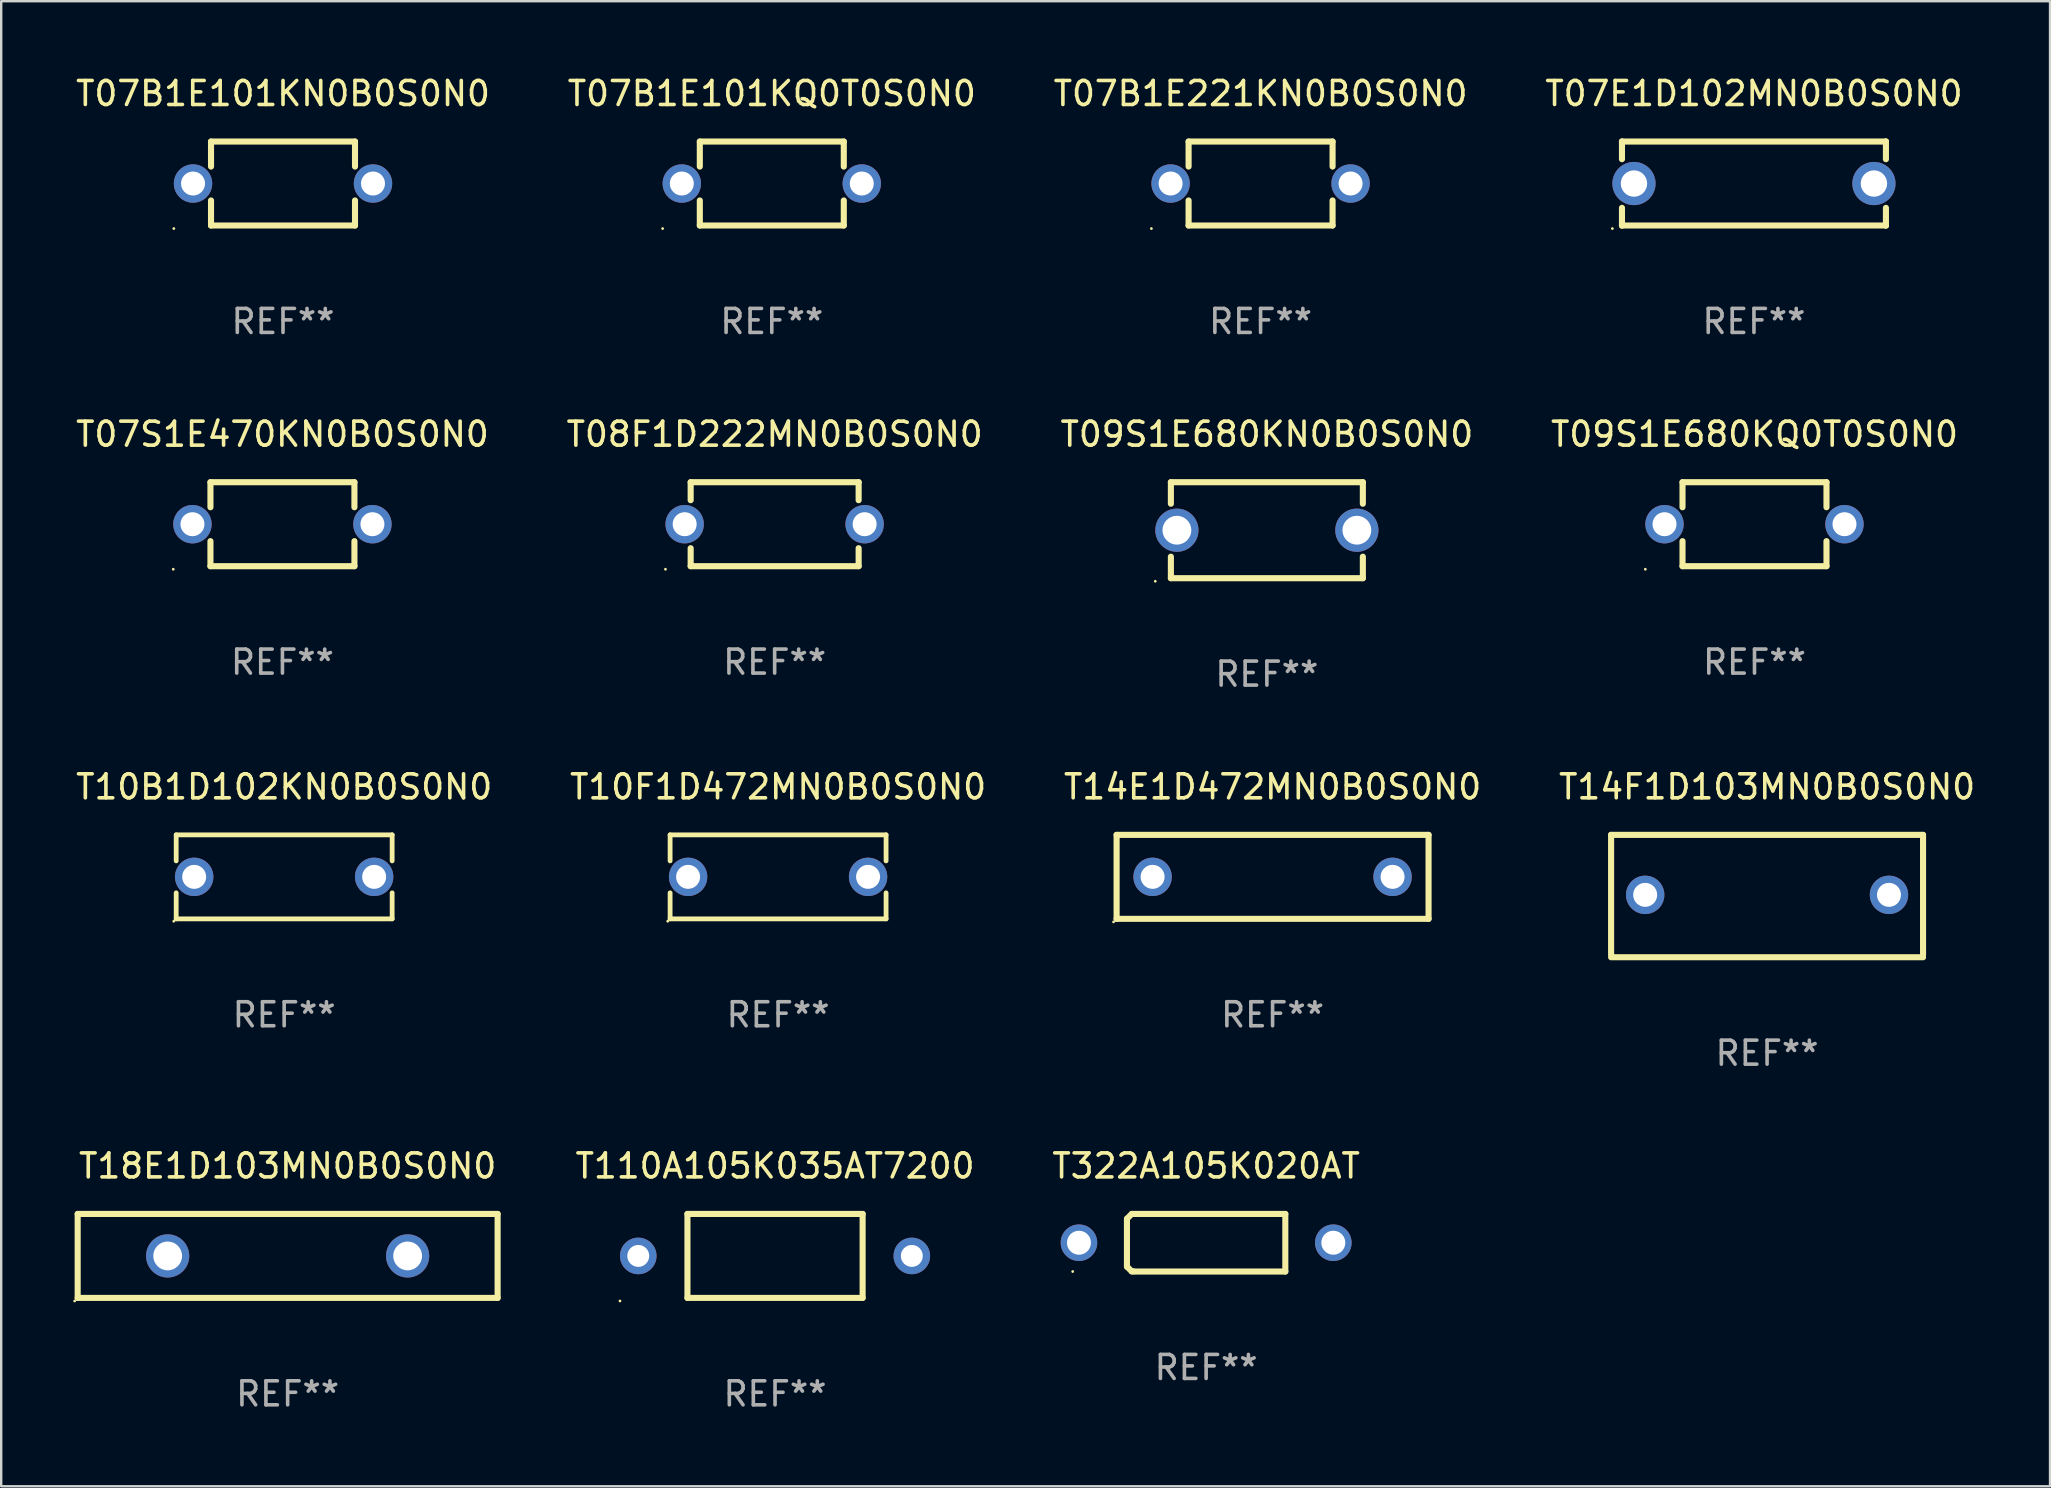
<source format=kicad_pcb>
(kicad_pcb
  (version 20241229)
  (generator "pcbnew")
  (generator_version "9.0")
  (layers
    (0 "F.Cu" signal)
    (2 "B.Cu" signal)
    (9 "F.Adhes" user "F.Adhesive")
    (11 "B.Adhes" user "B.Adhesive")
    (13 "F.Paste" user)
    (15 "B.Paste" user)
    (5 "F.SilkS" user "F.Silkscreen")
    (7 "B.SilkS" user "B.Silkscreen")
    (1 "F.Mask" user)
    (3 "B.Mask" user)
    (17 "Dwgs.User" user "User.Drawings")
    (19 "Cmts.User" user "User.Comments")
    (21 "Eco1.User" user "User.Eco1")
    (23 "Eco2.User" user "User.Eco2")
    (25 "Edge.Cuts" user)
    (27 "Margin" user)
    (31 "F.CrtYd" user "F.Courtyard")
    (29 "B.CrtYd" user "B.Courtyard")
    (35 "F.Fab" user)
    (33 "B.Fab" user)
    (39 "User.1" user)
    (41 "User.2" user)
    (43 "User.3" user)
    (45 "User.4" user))
  (footprint "T110A105K035AT7200"
    (layer "F.Cu")
    (at 29.248 49.288)
    (property "Reference" "T110A105K035AT7200" (at 0 -3.75 0) (layer "F.SilkS") (effects (font (size 1 1) (thickness 0.15))))
    (attr through_hole)
    (fp_line (start -3.65 -1.75) (end -3.65 1.75) (stroke (width 0.254) (type solid)) (layer "F.SilkS"))
    (fp_line (start -3.65 -1.75) (end 3.65 -1.75) (stroke (width 0.254) (type solid)) (layer "F.SilkS"))
    (fp_line (start -3.65 1.75) (end 3.65 1.75) (stroke (width 0.254) (type solid)) (layer "F.SilkS"))
    (fp_line (start 3.65 -1.75) (end 3.65 1.75) (stroke (width 0.254) (type solid)) (layer "F.SilkS"))
    (fp_circle (center -6.462 1.877) (end -6.432 1.877) (stroke (width 0.06) (type solid)) (fill no) (layer "F.SilkS"))
    (fp_text user "+" (at -3.302 0.889 0) (layer "B.Mask") (effects (font (size 1 1) (thickness 0.15))))
    (fp_text user "REF**" (at 0 5.75 0) (layer "F.Fab") (effects (font (size 1 1) (thickness 0.15))))
    (pad "1" thru_hole circle (at -5.7 0.000279) (size 1.524 1.524) (drill 0.914) (layers "*.Cu" "*.Mask"))
    (pad "2" thru_hole circle (at 5.7 0.000279) (size 1.524 1.524) (drill 0.914) (layers "*.Cu" "*.Mask")))
  (footprint "T07B1E101KQ0T0S0N0"
    (layer "F.Cu")
    (at 29.113 4.598)
    (property "Reference" "T07B1E101KQ0T0S0N0" (at 0 -3.75 0) (layer "F.SilkS") (effects (font (size 1 1) (thickness 0.15))))
    (attr through_hole)
    (fp_line (start -3 -1.75) (end -3 -0.706) (stroke (width 0.254) (type solid)) (layer "F.SilkS"))
    (fp_line (start -3 -1.75) (end 3 -1.75) (stroke (width 0.254) (type solid)) (layer "F.SilkS"))
    (fp_line (start -3 0.706) (end -3 1.75) (stroke (width 0.254) (type solid)) (layer "F.SilkS"))
    (fp_line (start 3 -1.75) (end 3 -0.706) (stroke (width 0.254) (type solid)) (layer "F.SilkS"))
    (fp_line (start 3 0.706) (end 3 1.75) (stroke (width 0.254) (type solid)) (layer "F.SilkS"))
    (fp_line (start 3 1.75) (end -3 1.75) (stroke (width 0.254) (type solid)) (layer "F.SilkS"))
    (fp_circle (center -4.55 1.877) (end -4.52 1.877) (stroke (width 0.06) (type solid)) (fill no) (layer "F.SilkS"))
    (fp_text user "REF**" (at 0 5.75 0) (layer "F.Fab") (effects (font (size 1 1) (thickness 0.15))))
    (pad "1" thru_hole circle (at -3.75 -0.000025) (size 1.6 1.6) (drill 1) (layers "*.Cu" "*.Mask"))
    (pad "2" thru_hole circle (at 3.75 -0.000025) (size 1.6 1.6) (drill 1) (layers "*.Cu" "*.Mask")))
  (footprint "T08F1D222MN0B0S0N0"
    (layer "F.Cu")
    (at 29.232 18.795)
    (property "Reference" "T08F1D222MN0B0S0N0" (at 0 -3.75 0) (layer "F.SilkS") (effects (font (size 1 1) (thickness 0.15))))
    (attr through_hole)
    (fp_line (start -3.5 -1.75) (end -3.5 -1) (stroke (width 0.254) (type solid)) (layer "F.SilkS"))
    (fp_line (start -3.5 -1.75) (end 3.5 -1.75) (stroke (width 0.254) (type solid)) (layer "F.SilkS"))
    (fp_line (start -3.5 1) (end -3.5 1.75) (stroke (width 0.254) (type solid)) (layer "F.SilkS"))
    (fp_line (start 3.5 -1.75) (end 3.5 -1) (stroke (width 0.254) (type solid)) (layer "F.SilkS"))
    (fp_line (start 3.5 1) (end 3.5 1.75) (stroke (width 0.254) (type solid)) (layer "F.SilkS"))
    (fp_line (start 3.5 1.75) (end -3.5 1.75) (stroke (width 0.254) (type solid)) (layer "F.SilkS"))
    (fp_circle (center -4.55 1.877) (end -4.52 1.877) (stroke (width 0.06) (type solid)) (fill no) (layer "F.SilkS"))
    (fp_text user "REF**" (at 0 5.75 0) (layer "F.Fab") (effects (font (size 1 1) (thickness 0.15))))
    (pad "1" thru_hole circle (at -3.75 -0.000038) (size 1.6 1.6) (drill 1) (layers "*.Cu" "*.Mask"))
    (pad "2" thru_hole circle (at 3.75 -0.000038) (size 1.6 1.6) (drill 1) (layers "*.Cu" "*.Mask")))
  (footprint "T07S1E470KN0B0S0N0"
    (layer "F.Cu")
    (at 8.72 18.795)
    (property "Reference" "T07S1E470KN0B0S0N0" (at 0 -3.75 0) (layer "F.SilkS") (effects (font (size 1 1) (thickness 0.15))))
    (attr through_hole)
    (fp_line (start -3 -1.75) (end -3 -0.706) (stroke (width 0.254) (type solid)) (layer "F.SilkS"))
    (fp_line (start -3 -1.75) (end 3 -1.75) (stroke (width 0.254) (type solid)) (layer "F.SilkS"))
    (fp_line (start -3 0.706) (end -3 1.75) (stroke (width 0.254) (type solid)) (layer "F.SilkS"))
    (fp_line (start 3 -1.75) (end 3 -0.706) (stroke (width 0.254) (type solid)) (layer "F.SilkS"))
    (fp_line (start 3 0.706) (end 3 1.75) (stroke (width 0.254) (type solid)) (layer "F.SilkS"))
    (fp_line (start 3 1.75) (end -3 1.75) (stroke (width 0.254) (type solid)) (layer "F.SilkS"))
    (fp_circle (center -4.55 1.877) (end -4.52 1.877) (stroke (width 0.06) (type solid)) (fill no) (layer "F.SilkS"))
    (fp_text user "REF**" (at 0 5.75 0) (layer "F.Fab") (effects (font (size 1 1) (thickness 0.15))))
    (pad "1" thru_hole circle (at -3.75 -0.000025) (size 1.6 1.6) (drill 1) (layers "*.Cu" "*.Mask"))
    (pad "2" thru_hole circle (at 3.75 -0.000025) (size 1.6 1.6) (drill 1) (layers "*.Cu" "*.Mask")))
  (footprint "T07B1E101KN0B0S0N0"
    (layer "F.Cu")
    (at 8.744 4.598)
    (property "Reference" "T07B1E101KN0B0S0N0" (at 0 -3.75 0) (layer "F.SilkS") (effects (font (size 1 1) (thickness 0.15))))
    (attr through_hole)
    (fp_line (start -3 -1.75) (end -3 -0.706) (stroke (width 0.254) (type solid)) (layer "F.SilkS"))
    (fp_line (start -3 -1.75) (end 3 -1.75) (stroke (width 0.254) (type solid)) (layer "F.SilkS"))
    (fp_line (start -3 0.706) (end -3 1.75) (stroke (width 0.254) (type solid)) (layer "F.SilkS"))
    (fp_line (start 3 -1.75) (end 3 -0.706) (stroke (width 0.254) (type solid)) (layer "F.SilkS"))
    (fp_line (start 3 0.706) (end 3 1.75) (stroke (width 0.254) (type solid)) (layer "F.SilkS"))
    (fp_line (start 3 1.75) (end -3 1.75) (stroke (width 0.254) (type solid)) (layer "F.SilkS"))
    (fp_circle (center -4.55 1.877) (end -4.52 1.877) (stroke (width 0.06) (type solid)) (fill no) (layer "F.SilkS"))
    (fp_text user "REF**" (at 0 5.75 0) (layer "F.Fab") (effects (font (size 1 1) (thickness 0.15))))
    (pad "1" thru_hole circle (at -3.75 -0.000025) (size 1.6 1.6) (drill 1) (layers "*.Cu" "*.Mask"))
    (pad "2" thru_hole circle (at 3.75 -0.000025) (size 1.6 1.6) (drill 1) (layers "*.Cu" "*.Mask")))
  (footprint "T14F1D103MN0B0S0N0"
    (layer "F.Cu")
    (at 70.589 34.291)
    (property "Reference" "T14F1D103MN0B0S0N0" (at 0 -4.55 0) (layer "F.SilkS") (effects (font (size 1 1) (thickness 0.15))))
    (attr through_hole)
    (fp_line (start -6.5 -2.55) (end 6.5 -2.55) (stroke (width 0.254) (type solid)) (layer "F.SilkS"))
    (fp_line (start -6.5 2.45) (end -6.5 -2.55) (stroke (width 0.254) (type solid)) (layer "F.SilkS"))
    (fp_line (start 6.5 -2.55) (end 6.5 2.45) (stroke (width 0.254) (type solid)) (layer "F.SilkS"))
    (fp_line (start 6.5 2.55) (end -6.5 2.55) (stroke (width 0.254) (type solid)) (layer "F.SilkS"))
    (fp_circle (center -6.5 2.45) (end -6.47 2.45) (stroke (width 0.06) (type solid)) (fill no) (layer "F.SilkS"))
    (fp_text user "REF**" (at 0 6.55 0) (layer "F.Fab") (effects (font (size 1 1) (thickness 0.15))))
    (pad "1" thru_hole circle (at -5.08 -0.05) (size 1.6 1.6) (drill 1) (layers "*.Cu" "*.Mask"))
    (pad "2" thru_hole circle (at 5.08 -0.05) (size 1.6 1.6) (drill 1) (layers "*.Cu" "*.Mask")))
  (footprint "T09S1E680KN0B0S0N0"
    (layer "F.Cu")
    (at 49.744 19.045)
    (property "Reference" "T09S1E680KN0B0S0N0" (at 0 -4 0) (layer "F.SilkS") (effects (font (size 1 1) (thickness 0.15))))
    (attr through_hole)
    (fp_line (start -4 -2) (end -4 -1.103) (stroke (width 0.254) (type solid)) (layer "F.SilkS"))
    (fp_line (start -4 -2) (end 4 -2) (stroke (width 0.254) (type solid)) (layer "F.SilkS"))
    (fp_line (start -4 1.103) (end -4 2) (stroke (width 0.254) (type solid)) (layer "F.SilkS"))
    (fp_line (start 4 -2) (end 4 -1.103) (stroke (width 0.254) (type solid)) (layer "F.SilkS"))
    (fp_line (start 4 1.103) (end 4 2) (stroke (width 0.254) (type solid)) (layer "F.SilkS"))
    (fp_line (start 4 2) (end -4 2) (stroke (width 0.254) (type solid)) (layer "F.SilkS"))
    (fp_circle (center -4.65 2.127) (end -4.62 2.127) (stroke (width 0.06) (type solid)) (fill no) (layer "F.SilkS"))
    (fp_text user "REF**" (at 0 6 0) (layer "F.Fab") (effects (font (size 1 1) (thickness 0.15))))
    (pad "1" thru_hole circle (at -3.75 0) (size 1.8 1.8) (drill 1.2) (layers "*.Cu" "*.Mask"))
    (pad "2" thru_hole circle (at 3.75 0) (size 1.8 1.8) (drill 1.2) (layers "*.Cu" "*.Mask")))
  (footprint "T18E1D103MN0B0S0N0"
    (layer "F.Cu")
    (at 8.937 49.288)
    (property "Reference" "T18E1D103MN0B0S0N0" (at 0 -3.75 0) (layer "F.SilkS") (effects (font (size 1 1) (thickness 0.15))))
    (attr through_hole)
    (fp_line (start -8.75 -1.75) (end -8.75 1.75) (stroke (width 0.254) (type solid)) (layer "F.SilkS"))
    (fp_line (start -8.75 -1.75) (end 8.75 -1.75) (stroke (width 0.254) (type solid)) (layer "F.SilkS"))
    (fp_line (start -8.75 1.75) (end 8.75 1.75) (stroke (width 0.254) (type solid)) (layer "F.SilkS"))
    (fp_line (start 8.75 -1.75) (end 8.75 1.75) (stroke (width 0.254) (type solid)) (layer "F.SilkS"))
    (fp_circle (center -8.877 1.877) (end -8.847 1.877) (stroke (width 0.06) (type solid)) (fill no) (layer "F.SilkS"))
    (fp_text user "REF**" (at 0 5.75 0) (layer "F.Fab") (effects (font (size 1 1) (thickness 0.15))))
    (pad "1" thru_hole circle (at -5 0.000013) (size 1.8 1.8) (drill 1.2) (layers "*.Cu" "*.Mask"))
    (pad "2" thru_hole circle (at 5 0.000013) (size 1.8 1.8) (drill 1.2) (layers "*.Cu" "*.Mask")))
  (footprint "T14E1D472MN0B0S0N0"
    (layer "F.Cu")
    (at 49.982 33.491)
    (property "Reference" "T14E1D472MN0B0S0N0" (at 0 -3.75 0) (layer "F.SilkS") (effects (font (size 1 1) (thickness 0.15))))
    (attr through_hole)
    (fp_line (start -6.5 -1.75) (end 6.5 -1.75) (stroke (width 0.254) (type solid)) (layer "F.SilkS"))
    (fp_line (start -6.5 1.75) (end -6.5 -1.75) (stroke (width 0.254) (type solid)) (layer "F.SilkS"))
    (fp_line (start 6.5 -1.75) (end 6.5 1.75) (stroke (width 0.254) (type solid)) (layer "F.SilkS"))
    (fp_line (start 6.5 1.75) (end -6.5 1.75) (stroke (width 0.254) (type solid)) (layer "F.SilkS"))
    (fp_circle (center -6.627 1.877) (end -6.597 1.877) (stroke (width 0.06) (type solid)) (fill no) (layer "F.SilkS"))
    (fp_text user "REF**" (at 0 5.75 0) (layer "F.Fab") (effects (font (size 1 1) (thickness 0.15))))
    (pad "1" thru_hole circle (at -5 0) (size 1.6 1.6) (drill 1) (layers "*.Cu" "*.Mask"))
    (pad "2" thru_hole circle (at 5 0) (size 1.6 1.6) (drill 1) (layers "*.Cu" "*.Mask")))
  (footprint "T322A105K020AT"
    (layer "F.Cu")
    (at 47.213 48.738)
    (property "Reference" "T322A105K020AT" (at 0 -3.2 0) (layer "F.SilkS") (effects (font (size 1 1) (thickness 0.15))))
    (attr through_hole)
    (fp_line (start -3.3 1) (end -3.3 -1) (stroke (width 0.254) (type solid)) (layer "F.SilkS"))
    (fp_line (start -3.1 1.195) (end -3.29 1.005) (stroke (width 0.254) (type solid)) (layer "F.SilkS"))
    (fp_line (start -3.1 -1.2) (end -3.29 -1.01) (stroke (width 0.254) (type solid)) (layer "F.SilkS"))
    (fp_line (start -3.03 1.195) (end -3.1 1.195) (stroke (width 0.254) (type solid)) (layer "F.SilkS"))
    (fp_line (start -3.03 -1.2) (end -3.1 -1.2) (stroke (width 0.254) (type solid)) (layer "F.SilkS"))
    (fp_line (start -3 -1.2) (end 3.3 -1.2) (stroke (width 0.254) (type solid)) (layer "F.SilkS"))
    (fp_line (start 3.3 -1.2) (end 3.3 1.2) (stroke (width 0.254) (type solid)) (layer "F.SilkS"))
    (fp_line (start 3.3 1.2) (end -3 1.2) (stroke (width 0.254) (type solid)) (layer "F.SilkS"))
    (fp_circle (center -5.56 1.2) (end -5.53 1.2) (stroke (width 0.06) (type solid)) (fill no) (layer "F.SilkS"))
    (fp_text user "+" (at -2.991 -0.058 0) (layer "B.Mask") (effects (font (size 1 1) (thickness 0.15))))
    (fp_text user "REF**" (at 0 5.2 0) (layer "F.Fab") (effects (font (size 1 1) (thickness 0.15))))
    (pad "1" thru_hole circle (at -5.3 0) (size 1.524 1.524) (drill 1) (layers "*.Cu" "*.Mask"))
    (pad "2" thru_hole circle (at 5.3 0) (size 1.524 1.524) (drill 1) (layers "*.Cu" "*.Mask")))
  (footprint "T10B1D102KN0B0S0N0"
    (layer "F.Cu")
    (at 8.792 33.491)
    (property "Reference" "T10B1D102KN0B0S0N0" (at 0 -3.75 0) (layer "F.SilkS") (effects (font (size 1 1) (thickness 0.15))))
    (attr through_hole)
    (fp_line (start -4.5 -0.666) (end -4.5 -1.75) (stroke (width 0.2) (type solid)) (layer "F.SilkS"))
    (fp_line (start -4.5 1.75) (end -4.5 0.666) (stroke (width 0.2) (type solid)) (layer "F.SilkS"))
    (fp_line (start 4.5 -1.75) (end -4.5 -1.75) (stroke (width 0.2) (type solid)) (layer "F.SilkS"))
    (fp_line (start 4.5 -1.75) (end 4.5 -0.666) (stroke (width 0.2) (type solid)) (layer "F.SilkS"))
    (fp_line (start 4.5 0.666) (end 4.5 1.75) (stroke (width 0.2) (type solid)) (layer "F.SilkS"))
    (fp_line (start 4.5 1.75) (end -4.5 1.75) (stroke (width 0.2) (type solid)) (layer "F.SilkS"))
    (fp_circle (center -4.6 1.85) (end -4.57 1.85) (stroke (width 0.06) (type solid)) (fill no) (layer "F.SilkS"))
    (fp_text user "REF**" (at 0 5.75 0) (layer "F.Fab") (effects (font (size 1 1) (thickness 0.15))))
    (pad "1" thru_hole circle (at -3.75 0) (size 1.6 1.6) (drill 1) (layers "*.Cu" "*.Mask"))
    (pad "2" thru_hole circle (at 3.75 0) (size 1.6 1.6) (drill 1) (layers "*.Cu" "*.Mask")))
  (footprint "T10F1D472MN0B0S0N0"
    (layer "F.Cu")
    (at 29.375 33.491)
    (property "Reference" "T10F1D472MN0B0S0N0" (at 0 -3.75 0) (layer "F.SilkS") (effects (font (size 1 1) (thickness 0.15))))
    (attr through_hole)
    (fp_line (start -4.5 -0.666) (end -4.5 -1.75) (stroke (width 0.2) (type solid)) (layer "F.SilkS"))
    (fp_line (start -4.5 1.75) (end -4.5 0.666) (stroke (width 0.2) (type solid)) (layer "F.SilkS"))
    (fp_line (start 4.5 -1.75) (end -4.5 -1.75) (stroke (width 0.2) (type solid)) (layer "F.SilkS"))
    (fp_line (start 4.5 -1.75) (end 4.5 -0.666) (stroke (width 0.2) (type solid)) (layer "F.SilkS"))
    (fp_line (start 4.5 0.666) (end 4.5 1.75) (stroke (width 0.2) (type solid)) (layer "F.SilkS"))
    (fp_line (start 4.5 1.75) (end -4.5 1.75) (stroke (width 0.2) (type solid)) (layer "F.SilkS"))
    (fp_circle (center -4.6 1.85) (end -4.57 1.85) (stroke (width 0.06) (type solid)) (fill no) (layer "F.SilkS"))
    (fp_text user "REF**" (at 0 5.75 0) (layer "F.Fab") (effects (font (size 1 1) (thickness 0.15))))
    (pad "1" thru_hole circle (at -3.75 0) (size 1.6 1.6) (drill 1) (layers "*.Cu" "*.Mask"))
    (pad "2" thru_hole circle (at 3.75 0) (size 1.6 1.6) (drill 1) (layers "*.Cu" "*.Mask")))
  (footprint "T09S1E680KQ0T0S0N0"
    (layer "F.Cu")
    (at 70.065 18.795)
    (property "Reference" "T09S1E680KQ0T0S0N0" (at 0 -3.75 0) (layer "F.SilkS") (effects (font (size 1 1) (thickness 0.15))))
    (attr through_hole)
    (fp_line (start -3 -1.75) (end -3 -0.706) (stroke (width 0.254) (type solid)) (layer "F.SilkS"))
    (fp_line (start -3 -1.75) (end 3 -1.75) (stroke (width 0.254) (type solid)) (layer "F.SilkS"))
    (fp_line (start -3 0.706) (end -3 1.75) (stroke (width 0.254) (type solid)) (layer "F.SilkS"))
    (fp_line (start 3 -1.75) (end 3 -0.706) (stroke (width 0.254) (type solid)) (layer "F.SilkS"))
    (fp_line (start 3 0.706) (end 3 1.75) (stroke (width 0.254) (type solid)) (layer "F.SilkS"))
    (fp_line (start 3 1.75) (end -3 1.75) (stroke (width 0.254) (type solid)) (layer "F.SilkS"))
    (fp_circle (center -4.55 1.877) (end -4.52 1.877) (stroke (width 0.06) (type solid)) (fill no) (layer "F.SilkS"))
    (fp_text user "REF**" (at 0 5.75 0) (layer "F.Fab") (effects (font (size 1 1) (thickness 0.15))))
    (pad "1" thru_hole circle (at -3.75 -0.000025) (size 1.6 1.6) (drill 1) (layers "*.Cu" "*.Mask"))
    (pad "2" thru_hole circle (at 3.75 -0.000025) (size 1.6 1.6) (drill 1) (layers "*.Cu" "*.Mask")))
  (footprint "T07B1E221KN0B0S0N0"
    (layer "F.Cu")
    (at 49.482 4.598)
    (property "Reference" "T07B1E221KN0B0S0N0" (at 0 -3.75 0) (layer "F.SilkS") (effects (font (size 1 1) (thickness 0.15))))
    (attr through_hole)
    (fp_line (start -3 -1.75) (end -3 -0.706) (stroke (width 0.254) (type solid)) (layer "F.SilkS"))
    (fp_line (start -3 -1.75) (end 3 -1.75) (stroke (width 0.254) (type solid)) (layer "F.SilkS"))
    (fp_line (start -3 0.706) (end -3 1.75) (stroke (width 0.254) (type solid)) (layer "F.SilkS"))
    (fp_line (start 3 -1.75) (end 3 -0.706) (stroke (width 0.254) (type solid)) (layer "F.SilkS"))
    (fp_line (start 3 0.706) (end 3 1.75) (stroke (width 0.254) (type solid)) (layer "F.SilkS"))
    (fp_line (start 3 1.75) (end -3 1.75) (stroke (width 0.254) (type solid)) (layer "F.SilkS"))
    (fp_circle (center -4.55 1.877) (end -4.52 1.877) (stroke (width 0.06) (type solid)) (fill no) (layer "F.SilkS"))
    (fp_text user "REF**" (at 0 5.75 0) (layer "F.Fab") (effects (font (size 1 1) (thickness 0.15))))
    (pad "1" thru_hole circle (at -3.75 -0.000025) (size 1.6 1.6) (drill 1) (layers "*.Cu" "*.Mask"))
    (pad "2" thru_hole circle (at 3.75 -0.000025) (size 1.6 1.6) (drill 1) (layers "*.Cu" "*.Mask")))
  (footprint "T07E1D102MN0B0S0N0"
    (layer "F.Cu")
    (at 70.042 4.598)
    (property "Reference" "T07E1D102MN0B0S0N0" (at 0 -3.75 0) (layer "F.SilkS") (effects (font (size 1 1) (thickness 0.15))))
    (attr through_hole)
    (fp_line (start -5.5 -1.75) (end -5.5 -1.75) (stroke (width 0.254) (type solid)) (layer "F.SilkS"))
    (fp_line (start -5.5 -1.75) (end -5.5 -1.014) (stroke (width 0.254) (type solid)) (layer "F.SilkS"))
    (fp_line (start -5.5 -1.75) (end 5.5 -1.75) (stroke (width 0.254) (type solid)) (layer "F.SilkS"))
    (fp_line (start -5.5 1.014) (end -5.5 1.75) (stroke (width 0.254) (type solid)) (layer "F.SilkS"))
    (fp_line (start -5.5 1.75) (end -5.5 1.75) (stroke (width 0.254) (type solid)) (layer "F.SilkS"))
    (fp_line (start 5.5 -1.75) (end 5.5 -1.75) (stroke (width 0.254) (type solid)) (layer "F.SilkS"))
    (fp_line (start 5.5 -1.75) (end 5.5 -1.014) (stroke (width 0.254) (type solid)) (layer "F.SilkS"))
    (fp_line (start 5.5 1.014) (end 5.5 1.75) (stroke (width 0.254) (type solid)) (layer "F.SilkS"))
    (fp_line (start 5.5 1.75) (end -5.5 1.75) (stroke (width 0.254) (type solid)) (layer "F.SilkS"))
    (fp_line (start 5.5 1.75) (end 5.5 1.75) (stroke (width 0.254) (type solid)) (layer "F.SilkS"))
    (fp_circle (center -5.9 1.877) (end -5.87 1.877) (stroke (width 0.06) (type solid)) (fill no) (layer "F.SilkS"))
    (fp_text user "REF**" (at 0 5.75 0) (layer "F.Fab") (effects (font (size 1 1) (thickness 0.15))))
    (pad "1" thru_hole circle (at -5 0) (size 1.8 1.8) (drill 1.1) (layers "*.Cu" "*.Mask"))
    (pad "2" thru_hole circle (at 5 0) (size 1.8 1.8) (drill 1.1) (layers "*.Cu" "*.Mask")))
  (gr_rect
    (start -3 -3)
    (end 82.381 58.886)
    (stroke (width 0.1) (type default))
    (fill no)
    (layer "Edge.Cuts")))
</source>
